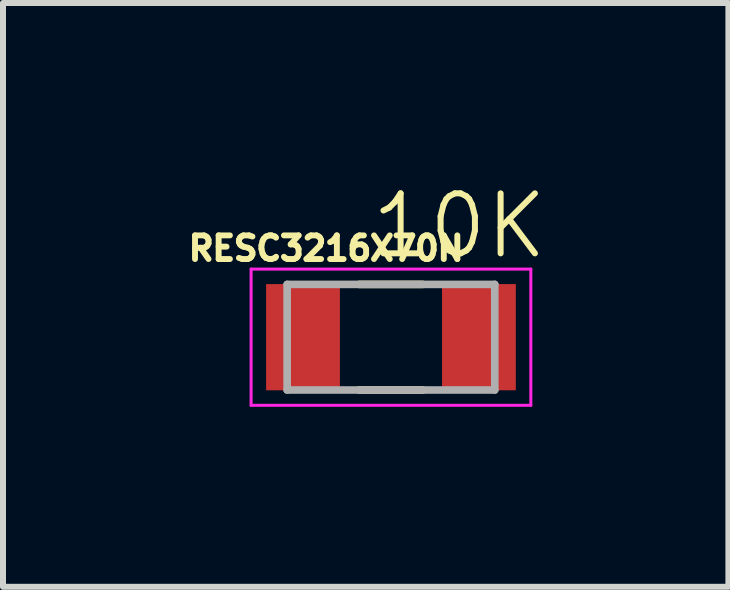
<source format=kicad_pcb>
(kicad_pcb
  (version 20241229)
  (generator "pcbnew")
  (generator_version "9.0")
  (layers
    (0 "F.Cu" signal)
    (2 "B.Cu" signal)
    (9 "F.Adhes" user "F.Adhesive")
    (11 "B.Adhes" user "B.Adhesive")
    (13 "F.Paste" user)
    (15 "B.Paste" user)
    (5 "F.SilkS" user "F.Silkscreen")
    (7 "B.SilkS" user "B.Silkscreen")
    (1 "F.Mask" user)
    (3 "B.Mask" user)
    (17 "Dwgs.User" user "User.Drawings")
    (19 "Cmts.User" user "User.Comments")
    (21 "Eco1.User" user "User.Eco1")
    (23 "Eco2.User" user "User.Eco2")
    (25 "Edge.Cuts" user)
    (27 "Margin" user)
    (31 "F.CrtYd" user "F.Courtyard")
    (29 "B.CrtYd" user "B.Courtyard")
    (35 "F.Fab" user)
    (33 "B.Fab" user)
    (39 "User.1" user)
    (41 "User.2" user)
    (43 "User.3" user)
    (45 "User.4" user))
  (footprint "RESC3216X70N"
    (layer "F.Cu")
    (at 3.466 2.57)
    (property "Reference" "RESC3216X70N" (at -1.08 -1.48 0) (layer "F.SilkS") (effects (font (size 0.394 0.394) (thickness 0.15))))
    (attr smd)
    (fp_line (start -0.53 -0.88) (end 0.53 -0.88) (stroke (width 0.127) (type solid)) (layer "F.SilkS"))
    (fp_line (start -0.53 0.88) (end 0.53 0.88) (stroke (width 0.127) (type solid)) (layer "F.SilkS"))
    (fp_line (start -2.331 -1.135) (end 2.331 -1.135) (stroke (width 0.05) (type solid)) (layer "F.CrtYd"))
    (fp_line (start -2.331 1.135) (end -2.331 -1.135) (stroke (width 0.05) (type solid)) (layer "F.CrtYd"))
    (fp_line (start -2.331 1.135) (end 2.331 1.135) (stroke (width 0.05) (type solid)) (layer "F.CrtYd"))
    (fp_line (start 2.331 1.135) (end 2.331 -1.135) (stroke (width 0.05) (type solid)) (layer "F.CrtYd"))
    (fp_line (start -1.73 0.88) (end -1.73 -0.88) (stroke (width 0.127) (type solid)) (layer "F.Fab"))
    (fp_line (start 1.73 -0.88) (end -1.73 -0.88) (stroke (width 0.127) (type solid)) (layer "F.Fab"))
    (fp_line (start 1.73 0.88) (end -1.73 0.88) (stroke (width 0.127) (type solid)) (layer "F.Fab"))
    (fp_line (start 1.73 0.88) (end 1.73 -0.88) (stroke (width 0.127) (type solid)) (layer "F.Fab"))
    (fp_text user "10K" (at -0.381 -1.27 0) (unlocked yes) (layer "F.SilkS") (effects (font (size 1 1) (thickness 0.1)) (justify left bottom)))
    (pad "1" smd rect (at -1.466 0) (size 1.23 1.77) (layers "F.Cu" "F.Mask" "F.Paste"))
    (pad "2" smd rect (at 1.466 0) (size 1.23 1.77) (layers "F.Cu" "F.Mask" "F.Paste")))
  (gr_rect
    (start -3 -3)
    (end 9.09 6.73)
    (stroke (width 0.1) (type default))
    (fill no)
    (layer "Edge.Cuts")))
</source>
